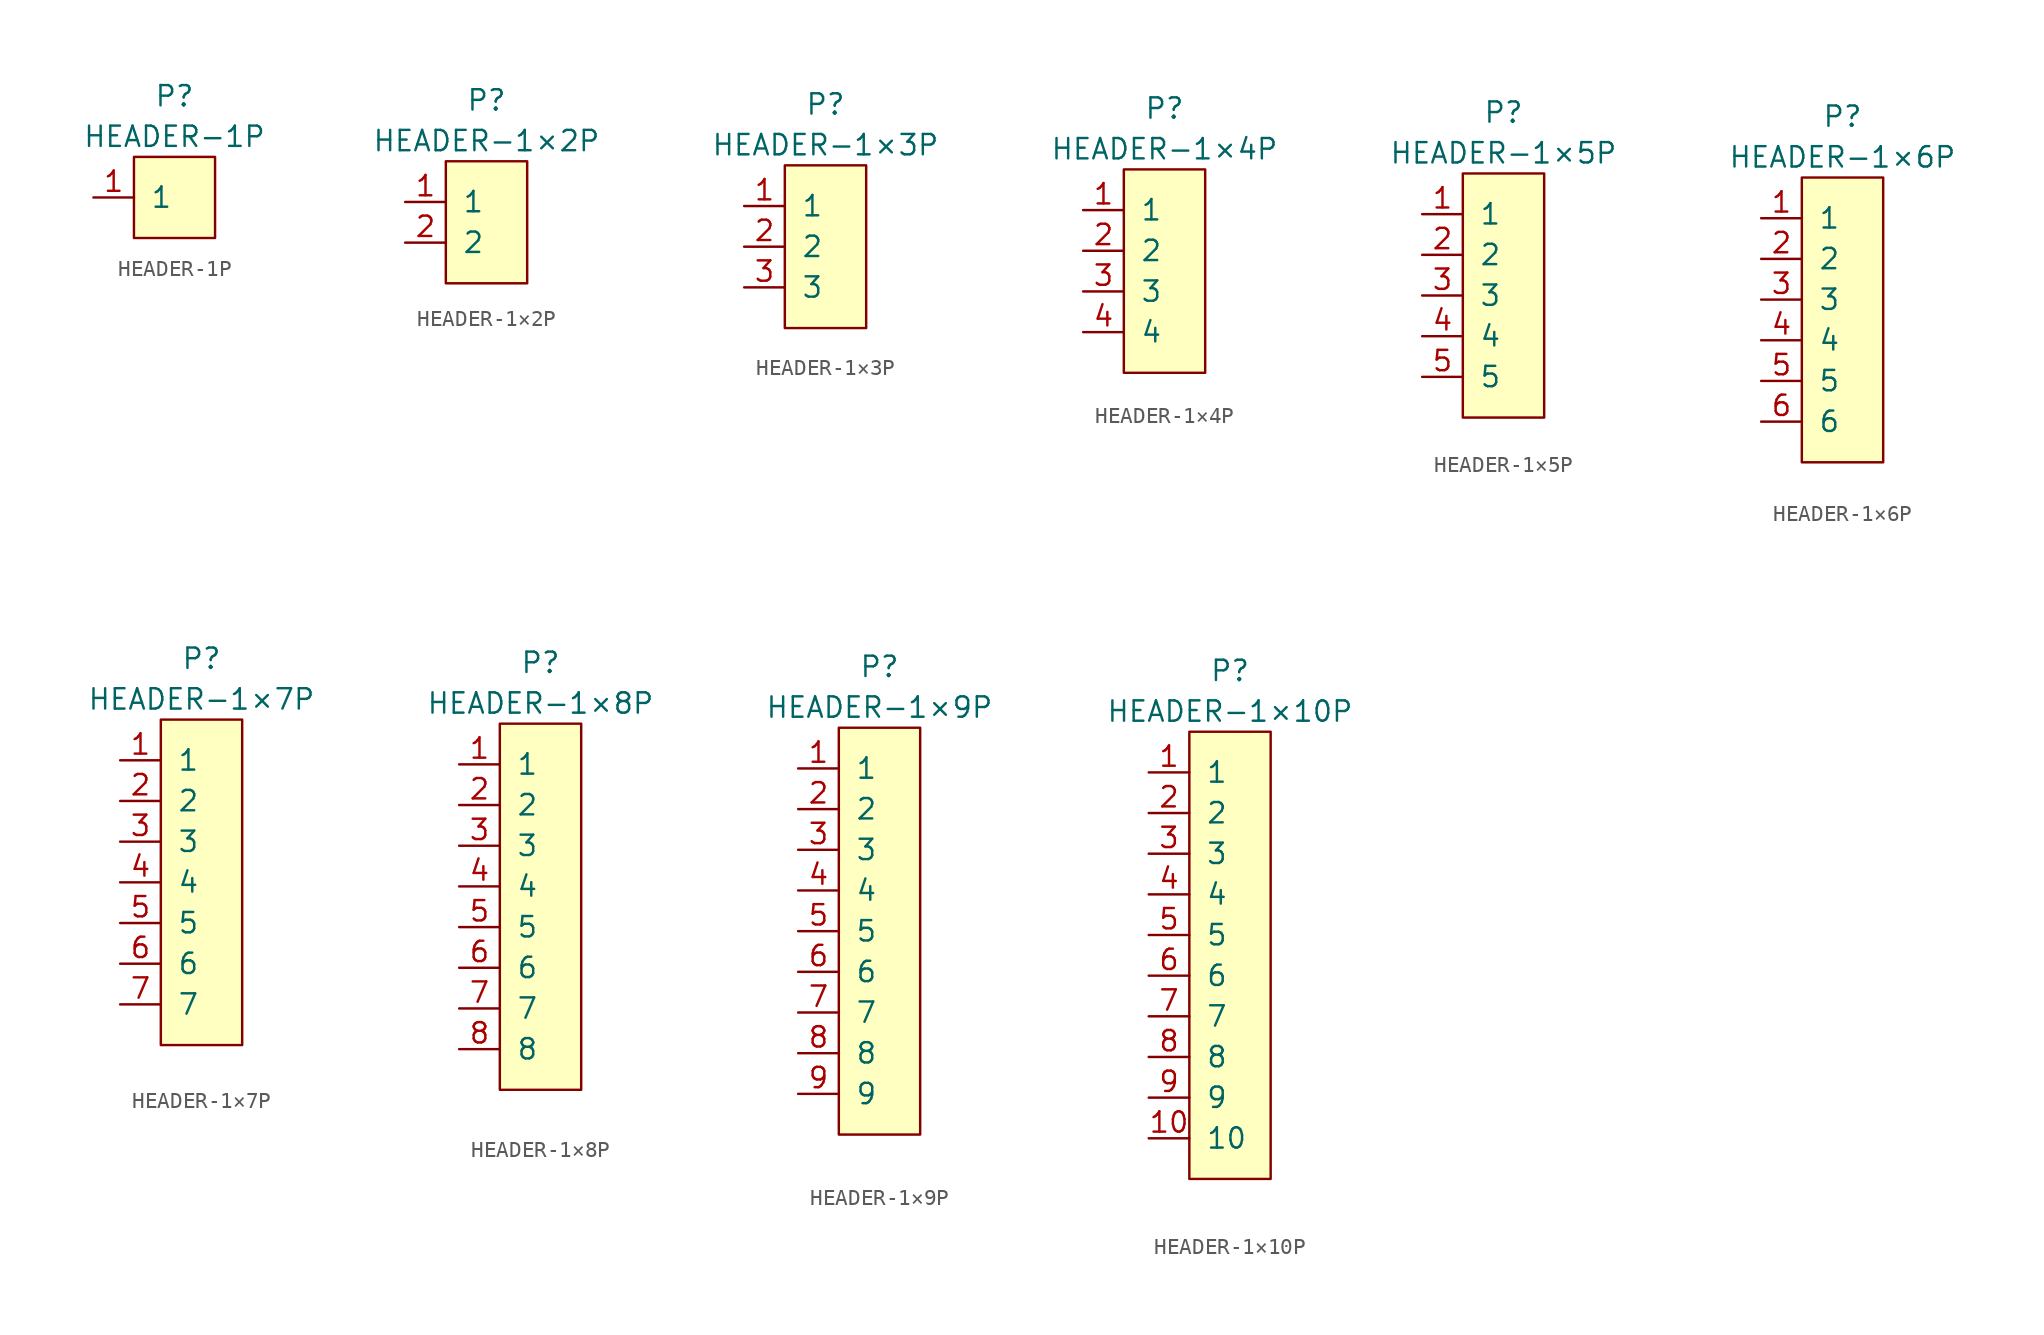
<source format=kicad_sym>
(kicad_symbol_lib
  (version 20231120)
  (generator "kicad_symbol_editor")
  (generator_version "8.0")
  (symbol "HEADER-1P"
    (pin_names
      (offset 1.016))
    (property "Reference" "P"
      (at 0 6.35 0)
      (effects (font (size 1.27 1.27))))
    (property "Value" "HEADER-1P"
      (at 0 3.81 0)
      (effects (font (size 1.27 1.27))))
    (symbol "HEADER-1P_0_1"
      (rectangle (start -2.54 2.54) (end 2.54 -2.54) (stroke (width 0) (type default)) (fill (type background))))
    (symbol "HEADER-1P_1_1"
      (pin passive line (at -5.08 0 0) (length 2.54) (name "1" (effects (font (size 1.27 1.27)))) (number "1" (effects (font (size 1.27 1.27)))))))
  (symbol "HEADER-1×2P"
    (pin_names
      (offset 1.016))
    (property "Reference" "P"
      (at 0 7.62 0)
      (effects (font (size 1.27 1.27))))
    (property "Value" "HEADER-1×2P"
      (at 0 5.08 0)
      (effects (font (size 1.27 1.27))))
    (symbol "HEADER-1×2P_0_1"
      (rectangle (start -2.54 3.81) (end 2.54 -3.81) (stroke (width 0) (type default)) (fill (type background))))
    (symbol "HEADER-1×2P_1_1"
      (pin passive line (at -5.08 1.27 0) (length 2.54) (name "1" (effects (font (size 1.27 1.27)))) (number "1" (effects (font (size 1.27 1.27)))))
      (pin passive line (at -5.08 -1.27 0) (length 2.54) (name "2" (effects (font (size 1.27 1.27)))) (number "2" (effects (font (size 1.27 1.27)))))))
  (symbol "HEADER-1×3P"
    (pin_names
      (offset 1.016))
    (property "Reference" "P"
      (at 0 7.62 0)
      (effects (font (size 1.27 1.27))))
    (property "Value" "HEADER-1×3P"
      (at 0 5.08 0)
      (effects (font (size 1.27 1.27))))
    (symbol "HEADER-1×3P_0_1"
      (rectangle (start -2.54 3.81) (end 2.54 -6.35) (stroke (width 0) (type default)) (fill (type background))))
    (symbol "HEADER-1×3P_1_1"
      (pin passive line (at -5.08 1.27 0) (length 2.54) (name "1" (effects (font (size 1.27 1.27)))) (number "1" (effects (font (size 1.27 1.27)))))
      (pin passive line (at -5.08 -1.27 0) (length 2.54) (name "2" (effects (font (size 1.27 1.27)))) (number "2" (effects (font (size 1.27 1.27)))))
      (pin passive line (at -5.08 -3.81 0) (length 2.54) (name "3" (effects (font (size 1.27 1.27)))) (number "3" (effects (font (size 1.27 1.27)))))))
  (symbol "HEADER-1×4P"
    (pin_names
      (offset 1.016))
    (property "Reference" "P"
      (at 0 10.16 0)
      (effects (font (size 1.27 1.27))))
    (property "Value" "HEADER-1×4P"
      (at 0 7.62 0)
      (effects (font (size 1.27 1.27))))
    (symbol "HEADER-1×4P_0_1"
      (rectangle (start -2.54 6.35) (end 2.54 -6.35) (stroke (width 0) (type default)) (fill (type background))))
    (symbol "HEADER-1×4P_1_1"
      (pin passive line (at -5.08 3.81 0) (length 2.54) (name "1" (effects (font (size 1.27 1.27)))) (number "1" (effects (font (size 1.27 1.27)))))
      (pin passive line (at -5.08 1.27 0) (length 2.54) (name "2" (effects (font (size 1.27 1.27)))) (number "2" (effects (font (size 1.27 1.27)))))
      (pin passive line (at -5.08 -1.27 0) (length 2.54) (name "3" (effects (font (size 1.27 1.27)))) (number "3" (effects (font (size 1.27 1.27)))))
      (pin passive line (at -5.08 -3.81 0) (length 2.54) (name "4" (effects (font (size 1.27 1.27)))) (number "4" (effects (font (size 1.27 1.27)))))))
  (symbol "HEADER-1×5P"
    (pin_names
      (offset 1.016))
    (property "Reference" "P"
      (at 0 10.16 0)
      (effects (font (size 1.27 1.27))))
    (property "Value" "HEADER-1×5P"
      (at 0 7.62 0)
      (effects (font (size 1.27 1.27))))
    (symbol "HEADER-1×5P_0_1"
      (rectangle (start -2.54 6.35) (end 2.54 -8.89) (stroke (width 0) (type default)) (fill (type background))))
    (symbol "HEADER-1×5P_1_1"
      (pin passive line (at -5.08 3.81 0) (length 2.54) (name "1" (effects (font (size 1.27 1.27)))) (number "1" (effects (font (size 1.27 1.27)))))
      (pin passive line (at -5.08 1.27 0) (length 2.54) (name "2" (effects (font (size 1.27 1.27)))) (number "2" (effects (font (size 1.27 1.27)))))
      (pin passive line (at -5.08 -1.27 0) (length 2.54) (name "3" (effects (font (size 1.27 1.27)))) (number "3" (effects (font (size 1.27 1.27)))))
      (pin passive line (at -5.08 -3.81 0) (length 2.54) (name "4" (effects (font (size 1.27 1.27)))) (number "4" (effects (font (size 1.27 1.27)))))
      (pin passive line (at -5.08 -6.35 0) (length 2.54) (name "5" (effects (font (size 1.27 1.27)))) (number "5" (effects (font (size 1.27 1.27)))))))
  (symbol "HEADER-1×6P"
    (pin_names
      (offset 1.016))
    (property "Reference" "P"
      (at 0 12.7 0)
      (effects (font (size 1.27 1.27))))
    (property "Value" "HEADER-1×6P"
      (at 0 10.16 0)
      (effects (font (size 1.27 1.27))))
    (symbol "HEADER-1×6P_0_1"
      (rectangle (start -2.54 8.89) (end 2.54 -8.89) (stroke (width 0) (type default)) (fill (type background))))
    (symbol "HEADER-1×6P_1_1"
      (pin passive line (at -5.08 6.35 0) (length 2.54) (name "1" (effects (font (size 1.27 1.27)))) (number "1" (effects (font (size 1.27 1.27)))))
      (pin passive line (at -5.08 3.81 0) (length 2.54) (name "2" (effects (font (size 1.27 1.27)))) (number "2" (effects (font (size 1.27 1.27)))))
      (pin passive line (at -5.08 1.27 0) (length 2.54) (name "3" (effects (font (size 1.27 1.27)))) (number "3" (effects (font (size 1.27 1.27)))))
      (pin passive line (at -5.08 -1.27 0) (length 2.54) (name "4" (effects (font (size 1.27 1.27)))) (number "4" (effects (font (size 1.27 1.27)))))
      (pin passive line (at -5.08 -3.81 0) (length 2.54) (name "5" (effects (font (size 1.27 1.27)))) (number "5" (effects (font (size 1.27 1.27)))))
      (pin passive line (at -5.08 -6.35 0) (length 2.54) (name "6" (effects (font (size 1.27 1.27)))) (number "6" (effects (font (size 1.27 1.27)))))))
  (symbol "HEADER-1×7P"
    (pin_names
      (offset 1.016))
    (property "Reference" "P"
      (at 0 13.97 0)
      (effects (font (size 1.27 1.27))))
    (property "Value" "HEADER-1×7P"
      (at 0 11.43 0)
      (effects (font (size 1.27 1.27))))
    (symbol "HEADER-1×7P_0_1"
      (rectangle (start -2.54 10.16) (end 2.54 -10.16) (stroke (width 0) (type default)) (fill (type background))))
    (symbol "HEADER-1×7P_1_1"
      (pin passive line (at -5.08 7.62 0) (length 2.54) (name "1" (effects (font (size 1.27 1.27)))) (number "1" (effects (font (size 1.27 1.27)))))
      (pin passive line (at -5.08 5.08 0) (length 2.54) (name "2" (effects (font (size 1.27 1.27)))) (number "2" (effects (font (size 1.27 1.27)))))
      (pin passive line (at -5.08 2.54 0) (length 2.54) (name "3" (effects (font (size 1.27 1.27)))) (number "3" (effects (font (size 1.27 1.27)))))
      (pin passive line (at -5.08 0 0) (length 2.54) (name "4" (effects (font (size 1.27 1.27)))) (number "4" (effects (font (size 1.27 1.27)))))
      (pin passive line (at -5.08 -2.54 0) (length 2.54) (name "5" (effects (font (size 1.27 1.27)))) (number "5" (effects (font (size 1.27 1.27)))))
      (pin passive line (at -5.08 -5.08 0) (length 2.54) (name "6" (effects (font (size 1.27 1.27)))) (number "6" (effects (font (size 1.27 1.27)))))
      (pin passive line (at -5.08 -7.62 0) (length 2.54) (name "7" (effects (font (size 1.27 1.27)))) (number "7" (effects (font (size 1.27 1.27)))))))
  (symbol "HEADER-1×8P"
    (pin_names
      (offset 1.016))
    (property "Reference" "P"
      (at 0 15.24 0)
      (effects (font (size 1.27 1.27))))
    (property "Value" "HEADER-1×8P"
      (at 0 12.7 0)
      (effects (font (size 1.27 1.27))))
    (symbol "HEADER-1×8P_0_1"
      (rectangle (start -2.54 11.43) (end 2.54 -11.43) (stroke (width 0) (type default)) (fill (type background))))
    (symbol "HEADER-1×8P_1_1"
      (pin passive line (at -5.08 8.89 0) (length 2.54) (name "1" (effects (font (size 1.27 1.27)))) (number "1" (effects (font (size 1.27 1.27)))))
      (pin passive line (at -5.08 6.35 0) (length 2.54) (name "2" (effects (font (size 1.27 1.27)))) (number "2" (effects (font (size 1.27 1.27)))))
      (pin passive line (at -5.08 3.81 0) (length 2.54) (name "3" (effects (font (size 1.27 1.27)))) (number "3" (effects (font (size 1.27 1.27)))))
      (pin passive line (at -5.08 1.27 0) (length 2.54) (name "4" (effects (font (size 1.27 1.27)))) (number "4" (effects (font (size 1.27 1.27)))))
      (pin passive line (at -5.08 -1.27 0) (length 2.54) (name "5" (effects (font (size 1.27 1.27)))) (number "5" (effects (font (size 1.27 1.27)))))
      (pin passive line (at -5.08 -3.81 0) (length 2.54) (name "6" (effects (font (size 1.27 1.27)))) (number "6" (effects (font (size 1.27 1.27)))))
      (pin passive line (at -5.08 -6.35 0) (length 2.54) (name "7" (effects (font (size 1.27 1.27)))) (number "7" (effects (font (size 1.27 1.27)))))
      (pin passive line (at -5.08 -8.89 0) (length 2.54) (name "8" (effects (font (size 1.27 1.27)))) (number "8" (effects (font (size 1.27 1.27)))))))
  (symbol "HEADER-1×9P"
    (pin_names
      (offset 1.016))
    (property "Reference" "P"
      (at 0 16.51 0)
      (effects (font (size 1.27 1.27))))
    (property "Value" "HEADER-1×9P"
      (at 0 13.97 0)
      (effects (font (size 1.27 1.27))))
    (symbol "HEADER-1×9P_0_1"
      (rectangle (start -2.54 12.7) (end 2.54 -12.7) (stroke (width 0) (type default)) (fill (type background))))
    (symbol "HEADER-1×9P_1_1"
      (pin passive line (at -5.08 10.16 0) (length 2.54) (name "1" (effects (font (size 1.27 1.27)))) (number "1" (effects (font (size 1.27 1.27)))))
      (pin passive line (at -5.08 7.62 0) (length 2.54) (name "2" (effects (font (size 1.27 1.27)))) (number "2" (effects (font (size 1.27 1.27)))))
      (pin passive line (at -5.08 5.08 0) (length 2.54) (name "3" (effects (font (size 1.27 1.27)))) (number "3" (effects (font (size 1.27 1.27)))))
      (pin passive line (at -5.08 2.54 0) (length 2.54) (name "4" (effects (font (size 1.27 1.27)))) (number "4" (effects (font (size 1.27 1.27)))))
      (pin passive line (at -5.08 0 0) (length 2.54) (name "5" (effects (font (size 1.27 1.27)))) (number "5" (effects (font (size 1.27 1.27)))))
      (pin passive line (at -5.08 -2.54 0) (length 2.54) (name "6" (effects (font (size 1.27 1.27)))) (number "6" (effects (font (size 1.27 1.27)))))
      (pin passive line (at -5.08 -5.08 0) (length 2.54) (name "7" (effects (font (size 1.27 1.27)))) (number "7" (effects (font (size 1.27 1.27)))))
      (pin passive line (at -5.08 -7.62 0) (length 2.54) (name "8" (effects (font (size 1.27 1.27)))) (number "8" (effects (font (size 1.27 1.27)))))
      (pin passive line (at -5.08 -10.16 0) (length 2.54) (name "9" (effects (font (size 1.27 1.27)))) (number "9" (effects (font (size 1.27 1.27)))))))
  (symbol "HEADER-1×10P"
    (pin_names
      (offset 1.016))
    (property "Reference" "P"
      (at 0 17.78 0)
      (effects (font (size 1.27 1.27))))
    (property "Value" "HEADER-1×10P"
      (at 0 15.24 0)
      (effects (font (size 1.27 1.27))))
    (symbol "HEADER-1×10P_0_1"
      (rectangle (start -2.54 13.97) (end 2.54 -13.97) (stroke (width 0) (type default)) (fill (type background))))
    (symbol "HEADER-1×10P_1_1"
      (pin passive line (at -5.08 11.43 0) (length 2.54) (name "1" (effects (font (size 1.27 1.27)))) (number "1" (effects (font (size 1.27 1.27)))))
      (pin passive line (at -5.08 -11.43 0) (length 2.54) (name "10" (effects (font (size 1.27 1.27)))) (number "10" (effects (font (size 1.27 1.27)))))
      (pin passive line (at -5.08 8.89 0) (length 2.54) (name "2" (effects (font (size 1.27 1.27)))) (number "2" (effects (font (size 1.27 1.27)))))
      (pin passive line (at -5.08 6.35 0) (length 2.54) (name "3" (effects (font (size 1.27 1.27)))) (number "3" (effects (font (size 1.27 1.27)))))
      (pin passive line (at -5.08 3.81 0) (length 2.54) (name "4" (effects (font (size 1.27 1.27)))) (number "4" (effects (font (size 1.27 1.27)))))
      (pin passive line (at -5.08 1.27 0) (length 2.54) (name "5" (effects (font (size 1.27 1.27)))) (number "5" (effects (font (size 1.27 1.27)))))
      (pin passive line (at -5.08 -1.27 0) (length 2.54) (name "6" (effects (font (size 1.27 1.27)))) (number "6" (effects (font (size 1.27 1.27)))))
      (pin passive line (at -5.08 -3.81 0) (length 2.54) (name "7" (effects (font (size 1.27 1.27)))) (number "7" (effects (font (size 1.27 1.27)))))
      (pin passive line (at -5.08 -6.35 0) (length 2.54) (name "8" (effects (font (size 1.27 1.27)))) (number "8" (effects (font (size 1.27 1.27)))))
      (pin passive line (at -5.08 -8.89 0) (length 2.54) (name "9" (effects (font (size 1.27 1.27)))) (number "9" (effects (font (size 1.27 1.27))))))))
</source>
